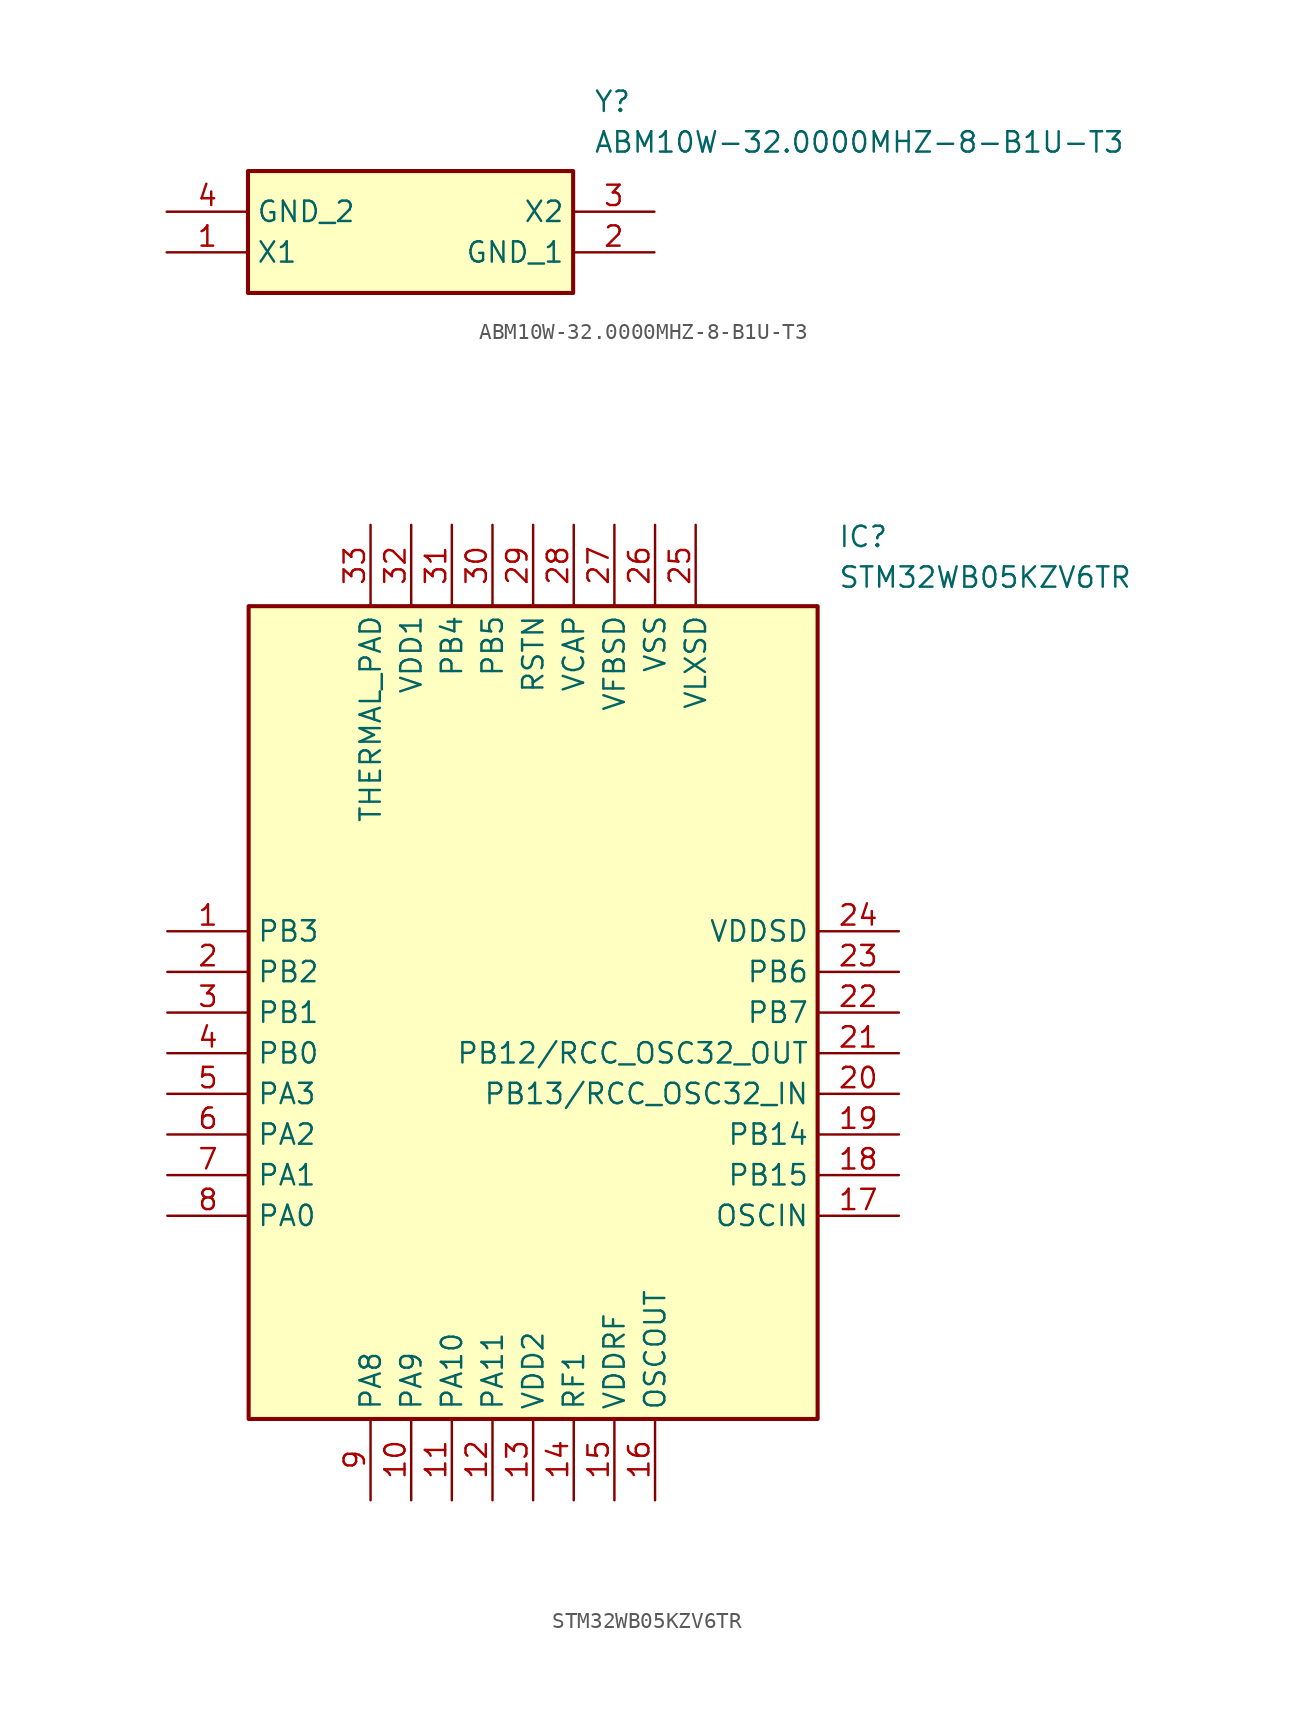
<source format=kicad_sym>
(kicad_symbol_lib
  (version 20231120)
  (generator "kicad_symbol_editor")
  (generator_version "8.0")
  (symbol "ABM10W-32.0000MHZ-8-B1U-T3"
    (property "Reference" "Y"
      (at 26.67 7.62 0)
      (effects (font (size 1.27 1.27)) (justify left top)))
    (property "Value" "ABM10W-32.0000MHZ-8-B1U-T3"
      (at 26.67 5.08 0)
      (effects (font (size 1.27 1.27)) (justify left top)))
    (symbol "ABM10W-32.0000MHZ-8-B1U-T3_1_1"
      (rectangle (start 5.08 2.54) (end 25.4 -5.08) (stroke (width 0.254) (type default)) (fill (type background)))
      (pin passive line (at 0 -2.54 0) (length 5.08) (name "X1" (effects (font (size 1.27 1.27)))) (number "1" (effects (font (size 1.27 1.27)))))
      (pin passive line (at 30.48 -2.54 180) (length 5.08) (name "GND_1" (effects (font (size 1.27 1.27)))) (number "2" (effects (font (size 1.27 1.27)))))
      (pin passive line (at 30.48 0 180) (length 5.08) (name "X2" (effects (font (size 1.27 1.27)))) (number "3" (effects (font (size 1.27 1.27)))))
      (pin passive line (at 0 0 0) (length 5.08) (name "GND_2" (effects (font (size 1.27 1.27)))) (number "4" (effects (font (size 1.27 1.27)))))))
  (symbol "STM32WB05KZV6TR"
    (property "Reference" "IC"
      (at 41.91 25.4 0)
      (effects (font (size 1.27 1.27)) (justify left top)))
    (property "Value" "STM32WB05KZV6TR"
      (at 41.91 22.86 0)
      (effects (font (size 1.27 1.27)) (justify left top)))
    (symbol "STM32WB05KZV6TR_1_1"
      (rectangle (start 5.08 20.32) (end 40.64 -30.48) (stroke (width 0.254) (type default)) (fill (type background)))
      (pin passive line (at 0 0 0) (length 5.08) (name "PB3" (effects (font (size 1.27 1.27)))) (number "1" (effects (font (size 1.27 1.27)))))
      (pin passive line (at 15.24 -35.56 90) (length 5.08) (name "PA9" (effects (font (size 1.27 1.27)))) (number "10" (effects (font (size 1.27 1.27)))))
      (pin passive line (at 17.78 -35.56 90) (length 5.08) (name "PA10" (effects (font (size 1.27 1.27)))) (number "11" (effects (font (size 1.27 1.27)))))
      (pin passive line (at 20.32 -35.56 90) (length 5.08) (name "PA11" (effects (font (size 1.27 1.27)))) (number "12" (effects (font (size 1.27 1.27)))))
      (pin passive line (at 22.86 -35.56 90) (length 5.08) (name "VDD2" (effects (font (size 1.27 1.27)))) (number "13" (effects (font (size 1.27 1.27)))))
      (pin passive line (at 25.4 -35.56 90) (length 5.08) (name "RF1" (effects (font (size 1.27 1.27)))) (number "14" (effects (font (size 1.27 1.27)))))
      (pin passive line (at 27.94 -35.56 90) (length 5.08) (name "VDDRF" (effects (font (size 1.27 1.27)))) (number "15" (effects (font (size 1.27 1.27)))))
      (pin passive line (at 30.48 -35.56 90) (length 5.08) (name "OSCOUT" (effects (font (size 1.27 1.27)))) (number "16" (effects (font (size 1.27 1.27)))))
      (pin passive line (at 45.72 -17.78 180) (length 5.08) (name "OSCIN" (effects (font (size 1.27 1.27)))) (number "17" (effects (font (size 1.27 1.27)))))
      (pin passive line (at 45.72 -15.24 180) (length 5.08) (name "PB15" (effects (font (size 1.27 1.27)))) (number "18" (effects (font (size 1.27 1.27)))))
      (pin passive line (at 45.72 -12.7 180) (length 5.08) (name "PB14" (effects (font (size 1.27 1.27)))) (number "19" (effects (font (size 1.27 1.27)))))
      (pin passive line (at 0 -2.54 0) (length 5.08) (name "PB2" (effects (font (size 1.27 1.27)))) (number "2" (effects (font (size 1.27 1.27)))))
      (pin passive line (at 45.72 -10.16 180) (length 5.08) (name "PB13/RCC_OSC32_IN" (effects (font (size 1.27 1.27)))) (number "20" (effects (font (size 1.27 1.27)))))
      (pin passive line (at 45.72 -7.62 180) (length 5.08) (name "PB12/RCC_OSC32_OUT" (effects (font (size 1.27 1.27)))) (number "21" (effects (font (size 1.27 1.27)))))
      (pin passive line (at 45.72 -5.08 180) (length 5.08) (name "PB7" (effects (font (size 1.27 1.27)))) (number "22" (effects (font (size 1.27 1.27)))))
      (pin passive line (at 45.72 -2.54 180) (length 5.08) (name "PB6" (effects (font (size 1.27 1.27)))) (number "23" (effects (font (size 1.27 1.27)))))
      (pin passive line (at 45.72 0 180) (length 5.08) (name "VDDSD" (effects (font (size 1.27 1.27)))) (number "24" (effects (font (size 1.27 1.27)))))
      (pin passive line (at 33.02 25.4 270) (length 5.08) (name "VLXSD" (effects (font (size 1.27 1.27)))) (number "25" (effects (font (size 1.27 1.27)))))
      (pin passive line (at 30.48 25.4 270) (length 5.08) (name "VSS" (effects (font (size 1.27 1.27)))) (number "26" (effects (font (size 1.27 1.27)))))
      (pin passive line (at 27.94 25.4 270) (length 5.08) (name "VFBSD" (effects (font (size 1.27 1.27)))) (number "27" (effects (font (size 1.27 1.27)))))
      (pin passive line (at 25.4 25.4 270) (length 5.08) (name "VCAP" (effects (font (size 1.27 1.27)))) (number "28" (effects (font (size 1.27 1.27)))))
      (pin passive line (at 22.86 25.4 270) (length 5.08) (name "RSTN" (effects (font (size 1.27 1.27)))) (number "29" (effects (font (size 1.27 1.27)))))
      (pin passive line (at 0 -5.08 0) (length 5.08) (name "PB1" (effects (font (size 1.27 1.27)))) (number "3" (effects (font (size 1.27 1.27)))))
      (pin passive line (at 20.32 25.4 270) (length 5.08) (name "PB5" (effects (font (size 1.27 1.27)))) (number "30" (effects (font (size 1.27 1.27)))))
      (pin passive line (at 17.78 25.4 270) (length 5.08) (name "PB4" (effects (font (size 1.27 1.27)))) (number "31" (effects (font (size 1.27 1.27)))))
      (pin passive line (at 15.24 25.4 270) (length 5.08) (name "VDD1" (effects (font (size 1.27 1.27)))) (number "32" (effects (font (size 1.27 1.27)))))
      (pin passive line (at 12.7 25.4 270) (length 5.08) (name "THERMAL_PAD" (effects (font (size 1.27 1.27)))) (number "33" (effects (font (size 1.27 1.27)))))
      (pin passive line (at 0 -7.62 0) (length 5.08) (name "PB0" (effects (font (size 1.27 1.27)))) (number "4" (effects (font (size 1.27 1.27)))))
      (pin passive line (at 0 -10.16 0) (length 5.08) (name "PA3" (effects (font (size 1.27 1.27)))) (number "5" (effects (font (size 1.27 1.27)))))
      (pin passive line (at 0 -12.7 0) (length 5.08) (name "PA2" (effects (font (size 1.27 1.27)))) (number "6" (effects (font (size 1.27 1.27)))))
      (pin passive line (at 0 -15.24 0) (length 5.08) (name "PA1" (effects (font (size 1.27 1.27)))) (number "7" (effects (font (size 1.27 1.27)))))
      (pin passive line (at 0 -17.78 0) (length 5.08) (name "PA0" (effects (font (size 1.27 1.27)))) (number "8" (effects (font (size 1.27 1.27)))))
      (pin passive line (at 12.7 -35.56 90) (length 5.08) (name "PA8" (effects (font (size 1.27 1.27)))) (number "9" (effects (font (size 1.27 1.27))))))))
</source>
